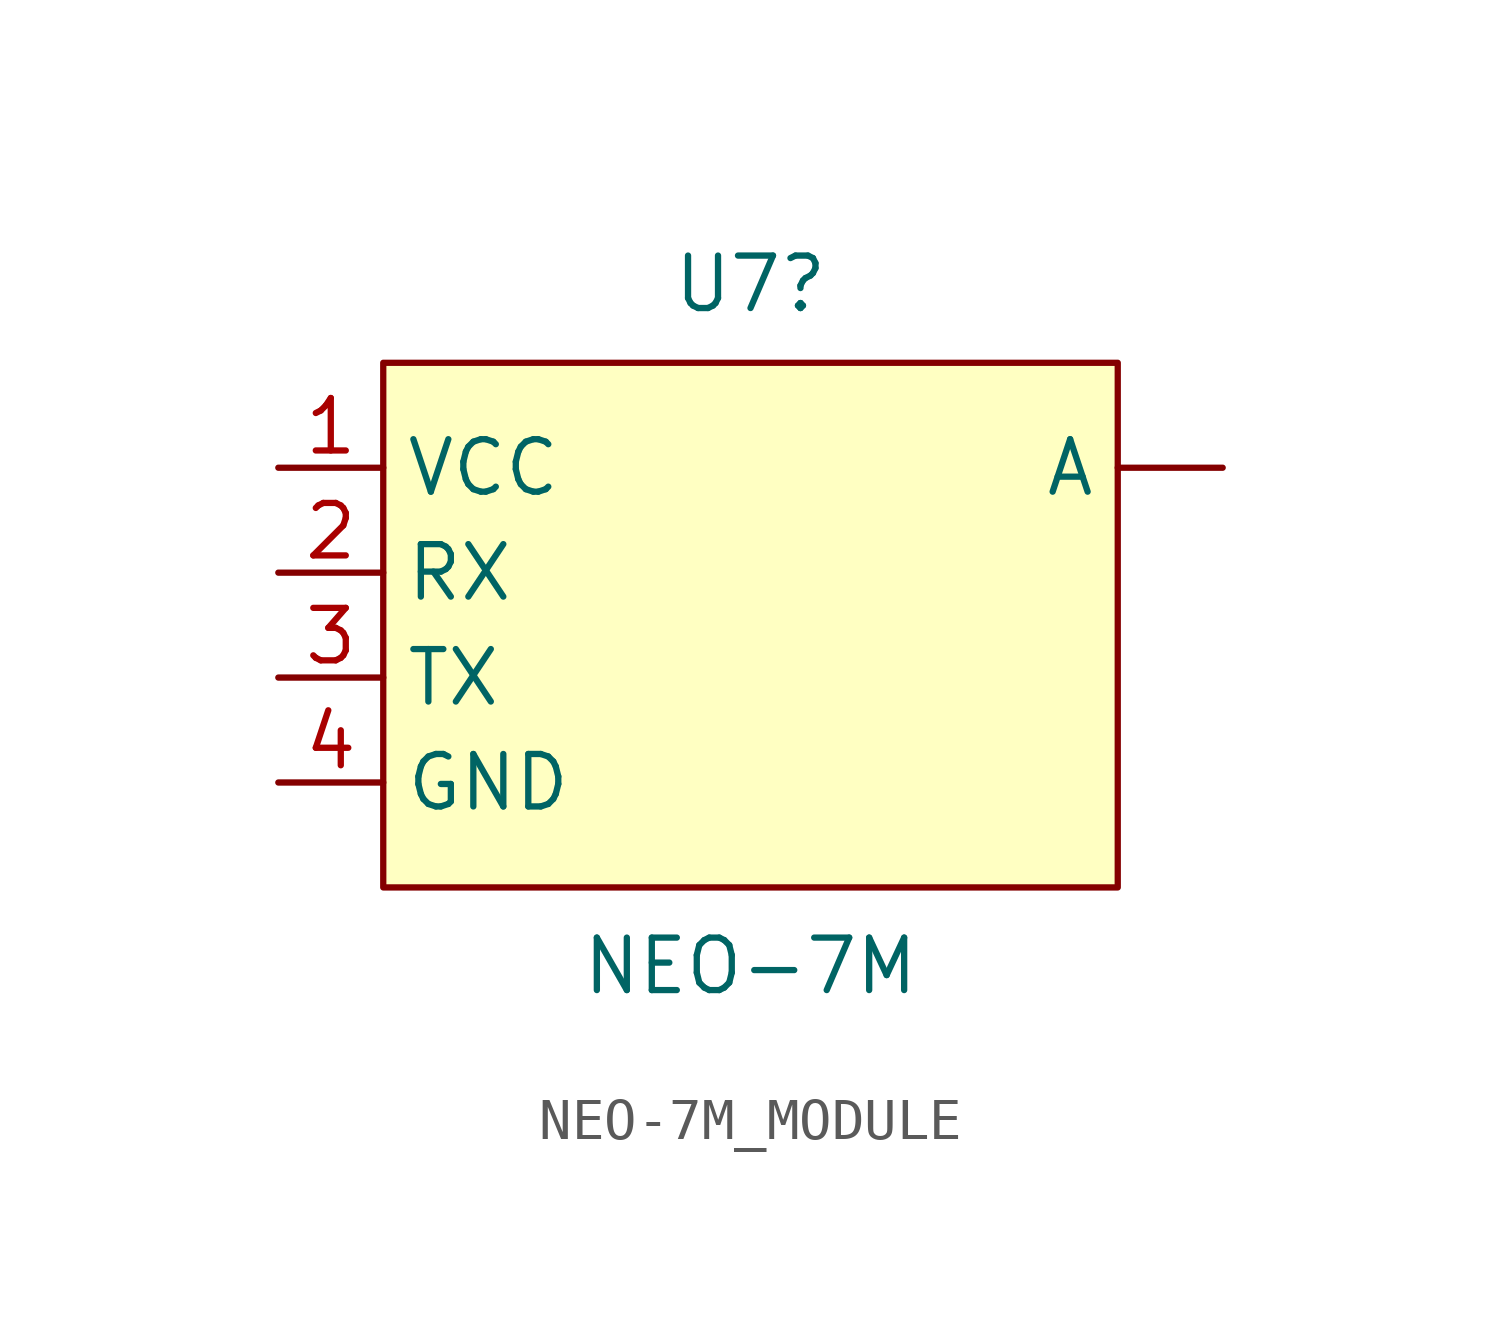
<source format=kicad_sym>
(kicad_symbol_lib
  (version 20220914)
  (generator kicad_symbol_editor)
  (symbol "NEO-7M_MODULE"
    (property "Reference" "U7"
      (at 0 0.635 0)
      (effects (font (size 1.27 1.27))))
    (property "Value" "NEO-7M"
      (at 0 -15.875 0)
      (effects (font (size 1.27 1.27))))
    (symbol "NEO-7M_MODULE_0_1"
      (rectangle (start -8.89 -13.97) (end 8.89 -1.27) (stroke (width 0.152) (type default)) (fill (type background))))
    (symbol "NEO-7M_MODULE_1_1"
      (pin input line (at 11.43 -3.81 180) (length 2.54) (name "A" (effects (font (size 1.27 1.27)))) (number "" (effects (font (size 1.27 1.27)))))
      (pin input line (at -11.43 -3.81 0) (length 2.54) (name "VCC" (effects (font (size 1.27 1.27)))) (number "1" (effects (font (size 1.27 1.27)))))
      (pin input line (at -11.43 -6.35 0) (length 2.54) (name "RX" (effects (font (size 1.27 1.27)))) (number "2" (effects (font (size 1.27 1.27)))))
      (pin input line (at -11.43 -8.89 0) (length 2.54) (name "TX" (effects (font (size 1.27 1.27)))) (number "3" (effects (font (size 1.27 1.27)))))
      (pin input line (at -11.43 -11.43 0) (length 2.54) (name "GND" (effects (font (size 1.27 1.27)))) (number "4" (effects (font (size 1.27 1.27))))))))
</source>
